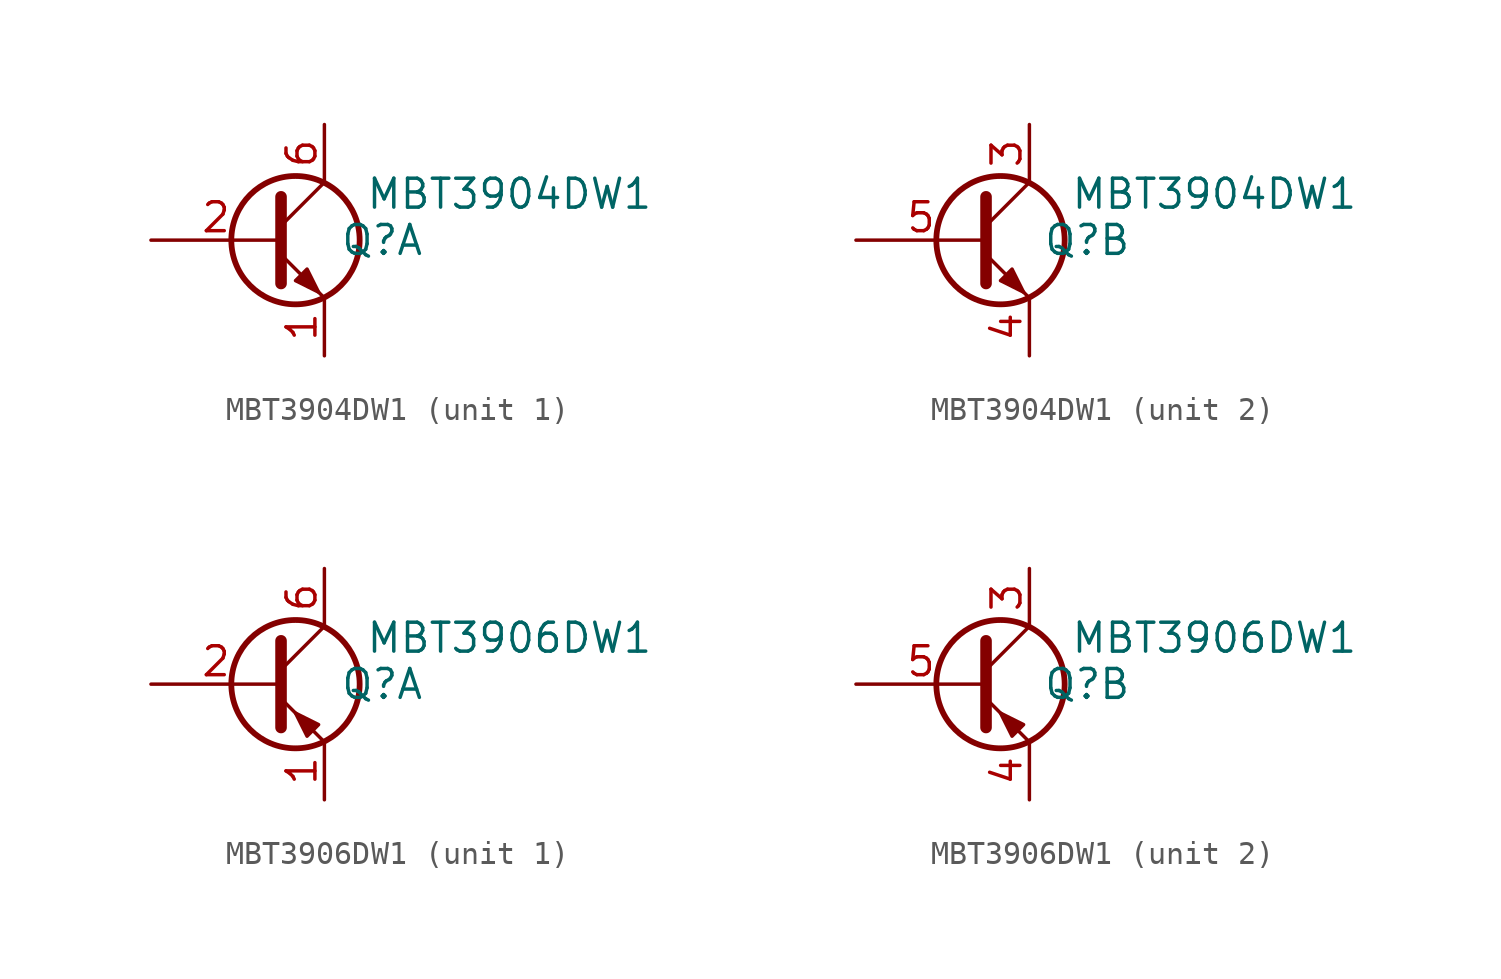
<source format=kicad_sym>
(kicad_symbol_lib
  (version 20231120)
  (generator "kicad_symbol_editor")
  (generator_version "8.0")
  (symbol "MBT3904DW1"
    (property "Reference" "Q"
      (at 2.54 0 0)
      (effects (font (size 1.27 1.27))))
    (property "Value" "MBT3904DW1"
      (at 8.128 2.032 0)
      (effects (font (size 1.27 1.27))))
    (property "ki_locked" ""
      (at 0 0 0)
      (effects (font (size 1.27 1.27))))
    (symbol "MBT3904DW1_0_1"
      (circle (center -1.27 0) (radius 2.819) (stroke (width 0.254) (type default)) (fill (type none)))
      (polyline (pts (xy -1.905 0.635) (xy 0 2.54)) (stroke (width 0) (type default)) (fill (type none)))
      (polyline (pts (xy -1.905 -0.635) (xy 0 -2.54) (xy 0 -2.54)) (stroke (width 0) (type default)) (fill (type none)))
      (polyline (pts (xy -1.905 1.905) (xy -1.905 -1.905) (xy -1.905 -1.905)) (stroke (width 0.508) (type default)) (fill (type none)))
      (polyline (pts (xy -1.27 -1.778) (xy -0.762 -1.27) (xy -0.254 -2.286) (xy -1.27 -1.778) (xy -1.27 -1.778)) (stroke (width 0) (type default)) (fill (type outline))))
    (symbol "MBT3904DW1_1_1"
      (pin passive line (at 0 -5.08 90) (length 2.54) (name "~" (effects (font (size 1.27 1.27)))) (number "1" (effects (font (size 1.27 1.27)))))
      (pin input line (at -7.62 0 0) (length 5.715) (name "~" (effects (font (size 1.27 1.27)))) (number "2" (effects (font (size 1.27 1.27)))))
      (pin passive line (at 0 5.08 270) (length 2.54) (name "~" (effects (font (size 1.27 1.27)))) (number "6" (effects (font (size 1.27 1.27))))))
    (symbol "MBT3904DW1_2_1"
      (pin passive line (at 0 5.08 270) (length 2.54) (name "~" (effects (font (size 1.27 1.27)))) (number "3" (effects (font (size 1.27 1.27)))))
      (pin passive line (at 0 -5.08 90) (length 2.54) (name "~" (effects (font (size 1.27 1.27)))) (number "4" (effects (font (size 1.27 1.27)))))
      (pin input line (at -7.62 0 0) (length 5.715) (name "~" (effects (font (size 1.27 1.27)))) (number "5" (effects (font (size 1.27 1.27)))))))
  (symbol "MBT3906DW1"
    (property "Reference" "Q"
      (at 2.54 0 0)
      (effects (font (size 1.27 1.27))))
    (property "Value" "MBT3906DW1"
      (at 8.128 2.032 0)
      (effects (font (size 1.27 1.27))))
    (property "ki_locked" ""
      (at 0 0 0)
      (effects (font (size 1.27 1.27))))
    (symbol "MBT3906DW1_0_1"
      (circle (center -1.27 0) (radius 2.819) (stroke (width 0.254) (type default)) (fill (type none)))
      (polyline (pts (xy -1.905 0.635) (xy 0 2.54)) (stroke (width 0) (type default)) (fill (type none)))
      (polyline (pts (xy -1.905 -0.635) (xy 0 -2.54) (xy 0 -2.54)) (stroke (width 0) (type default)) (fill (type none)))
      (polyline (pts (xy -1.905 1.905) (xy -1.905 -1.905) (xy -1.905 -1.905)) (stroke (width 0.508) (type default)) (fill (type none)))
      (polyline (pts (xy -0.254 -1.778) (xy -0.762 -2.286) (xy -1.27 -1.27) (xy -0.254 -1.778) (xy -0.254 -1.778)) (stroke (width 0) (type default)) (fill (type outline))))
    (symbol "MBT3906DW1_1_1"
      (pin passive line (at 0 -5.08 90) (length 2.54) (name "~" (effects (font (size 1.27 1.27)))) (number "1" (effects (font (size 1.27 1.27)))))
      (pin input line (at -7.62 0 0) (length 5.715) (name "~" (effects (font (size 1.27 1.27)))) (number "2" (effects (font (size 1.27 1.27)))))
      (pin passive line (at 0 5.08 270) (length 2.54) (name "~" (effects (font (size 1.27 1.27)))) (number "6" (effects (font (size 1.27 1.27))))))
    (symbol "MBT3906DW1_2_1"
      (pin passive line (at 0 5.08 270) (length 2.54) (name "~" (effects (font (size 1.27 1.27)))) (number "3" (effects (font (size 1.27 1.27)))))
      (pin passive line (at 0 -5.08 90) (length 2.54) (name "~" (effects (font (size 1.27 1.27)))) (number "4" (effects (font (size 1.27 1.27)))))
      (pin input line (at -7.62 0 0) (length 5.715) (name "~" (effects (font (size 1.27 1.27)))) (number "5" (effects (font (size 1.27 1.27))))))))
</source>
